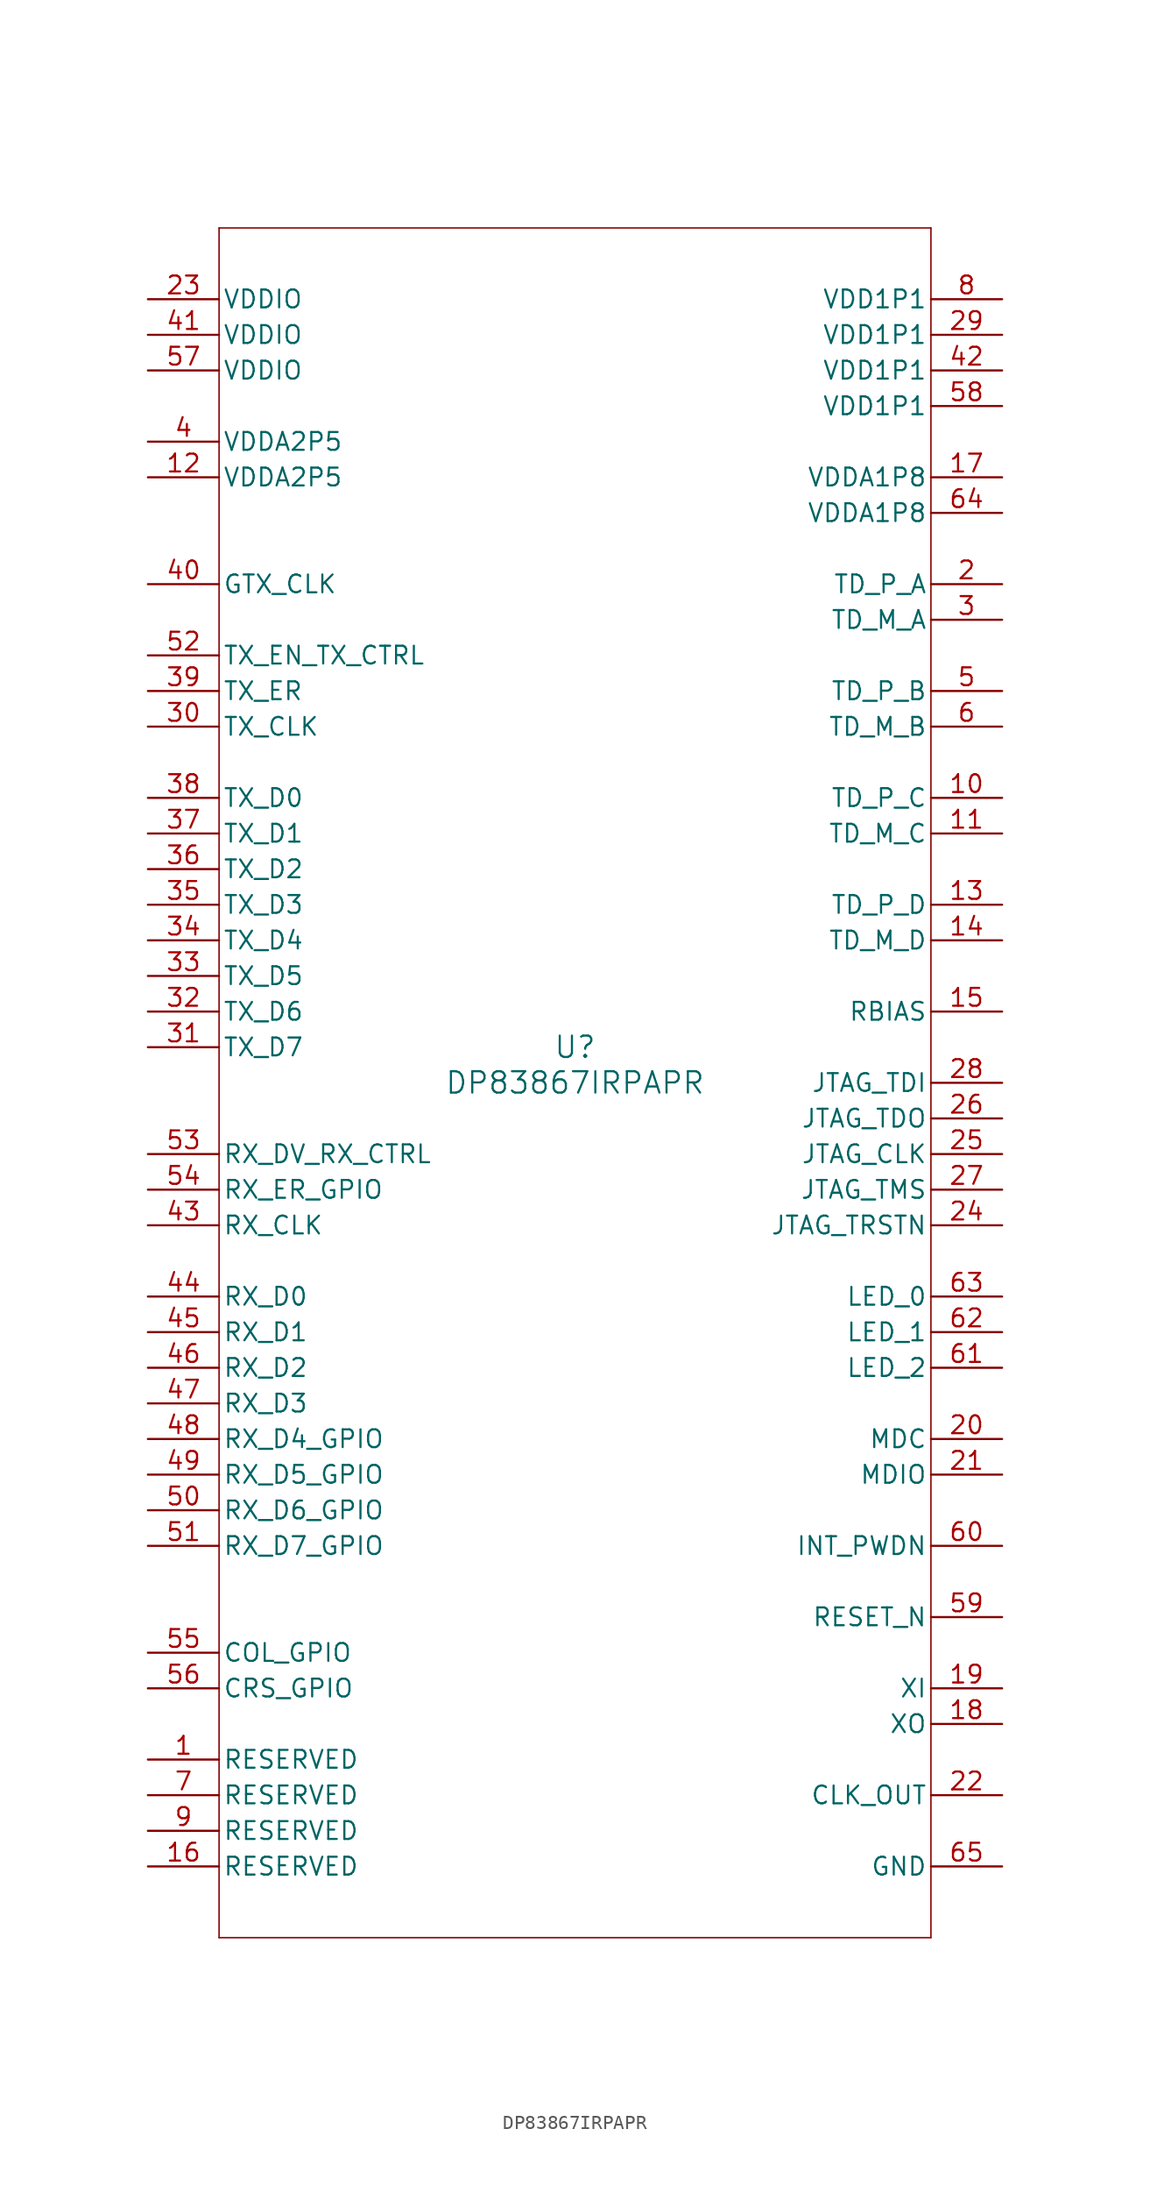
<source format=kicad_sym>
(kicad_symbol_lib
  (version 20211014)
  (generator kicad_symbol_editor)
  (symbol "DP83867IRPAPR"
    (pin_names
      (offset 0.254))
    (property "Reference" "U"
      (at 0 2.54 0)
      (effects (font (size 1.524 1.524))))
    (property "Value" "DP83867IRPAPR"
      (at 0 0 0)
      (effects (font (size 1.524 1.524))))
    (symbol "DP83867IRPAPR_0_1"
      (polyline (pts (xy -25.4 -60.96) (xy 25.4 -60.96)) (stroke (width 0.102) (type default) (color 0 0 0 0)) (fill (type none)))
      (polyline (pts (xy 25.4 -60.96) (xy 25.4 60.96)) (stroke (width 0.102) (type default) (color 0 0 0 0)) (fill (type none)))
      (polyline (pts (xy 25.4 60.96) (xy -25.4 60.96)) (stroke (width 0.102) (type default) (color 0 0 0 0)) (fill (type none)))
      (polyline (pts (xy -25.4 60.96) (xy -25.4 -60.96)) (stroke (width 0.102) (type default) (color 0 0 0 0)) (fill (type none)))
      (pin unspecified line (at -30.48 -48.26 0) (length 5.08) (name "RESERVED" (effects (font (size 1.27 1.27)))) (number "1" (effects (font (size 1.27 1.27)))))
      (pin bidirectional line (at 30.48 35.56 180) (length 5.08) (name "TD_P_A" (effects (font (size 1.27 1.27)))) (number "2" (effects (font (size 1.27 1.27)))))
      (pin bidirectional line (at 30.48 33.02 180) (length 5.08) (name "TD_M_A" (effects (font (size 1.27 1.27)))) (number "3" (effects (font (size 1.27 1.27)))))
      (pin power_in line (at -30.48 45.72 0) (length 5.08) (name "VDDA2P5" (effects (font (size 1.27 1.27)))) (number "4" (effects (font (size 1.27 1.27)))))
      (pin bidirectional line (at 30.48 27.94 180) (length 5.08) (name "TD_P_B" (effects (font (size 1.27 1.27)))) (number "5" (effects (font (size 1.27 1.27)))))
      (pin bidirectional line (at 30.48 25.4 180) (length 5.08) (name "TD_M_B" (effects (font (size 1.27 1.27)))) (number "6" (effects (font (size 1.27 1.27)))))
      (pin unspecified line (at -30.48 -50.8 0) (length 5.08) (name "RESERVED" (effects (font (size 1.27 1.27)))) (number "7" (effects (font (size 1.27 1.27)))))
      (pin power_in line (at 30.48 55.88 180) (length 5.08) (name "VDD1P1" (effects (font (size 1.27 1.27)))) (number "8" (effects (font (size 1.27 1.27)))))
      (pin unspecified line (at -30.48 -53.34 0) (length 5.08) (name "RESERVED" (effects (font (size 1.27 1.27)))) (number "9" (effects (font (size 1.27 1.27)))))
      (pin bidirectional line (at 30.48 20.32 180) (length 5.08) (name "TD_P_C" (effects (font (size 1.27 1.27)))) (number "10" (effects (font (size 1.27 1.27)))))
      (pin bidirectional line (at 30.48 17.78 180) (length 5.08) (name "TD_M_C" (effects (font (size 1.27 1.27)))) (number "11" (effects (font (size 1.27 1.27)))))
      (pin power_in line (at -30.48 43.18 0) (length 5.08) (name "VDDA2P5" (effects (font (size 1.27 1.27)))) (number "12" (effects (font (size 1.27 1.27)))))
      (pin bidirectional line (at 30.48 12.7 180) (length 5.08) (name "TD_P_D" (effects (font (size 1.27 1.27)))) (number "13" (effects (font (size 1.27 1.27)))))
      (pin bidirectional line (at 30.48 10.16 180) (length 5.08) (name "TD_M_D" (effects (font (size 1.27 1.27)))) (number "14" (effects (font (size 1.27 1.27)))))
      (pin unspecified line (at 30.48 5.08 180) (length 5.08) (name "RBIAS" (effects (font (size 1.27 1.27)))) (number "15" (effects (font (size 1.27 1.27)))))
      (pin unspecified line (at -30.48 -55.88 0) (length 5.08) (name "RESERVED" (effects (font (size 1.27 1.27)))) (number "16" (effects (font (size 1.27 1.27)))))
      (pin power_in line (at 30.48 43.18 180) (length 5.08) (name "VDDA1P8" (effects (font (size 1.27 1.27)))) (number "17" (effects (font (size 1.27 1.27)))))
      (pin unspecified line (at 30.48 -45.72 180) (length 5.08) (name "XO" (effects (font (size 1.27 1.27)))) (number "18" (effects (font (size 1.27 1.27)))))
      (pin unspecified line (at 30.48 -43.18 180) (length 5.08) (name "XI" (effects (font (size 1.27 1.27)))) (number "19" (effects (font (size 1.27 1.27)))))
      (pin input line (at 30.48 -25.4 180) (length 5.08) (name "MDC" (effects (font (size 1.27 1.27)))) (number "20" (effects (font (size 1.27 1.27)))))
      (pin bidirectional line (at 30.48 -27.94 180) (length 5.08) (name "MDIO" (effects (font (size 1.27 1.27)))) (number "21" (effects (font (size 1.27 1.27)))))
      (pin output line (at 30.48 -50.8 180) (length 5.08) (name "CLK_OUT" (effects (font (size 1.27 1.27)))) (number "22" (effects (font (size 1.27 1.27)))))
      (pin power_in line (at -30.48 55.88 0) (length 5.08) (name "VDDIO" (effects (font (size 1.27 1.27)))) (number "23" (effects (font (size 1.27 1.27)))))
      (pin input line (at 30.48 -10.16 180) (length 5.08) (name "JTAG_TRSTN" (effects (font (size 1.27 1.27)))) (number "24" (effects (font (size 1.27 1.27)))))
      (pin input line (at 30.48 -5.08 180) (length 5.08) (name "JTAG_CLK" (effects (font (size 1.27 1.27)))) (number "25" (effects (font (size 1.27 1.27)))))
      (pin output line (at 30.48 -2.54 180) (length 5.08) (name "JTAG_TDO" (effects (font (size 1.27 1.27)))) (number "26" (effects (font (size 1.27 1.27)))))
      (pin input line (at 30.48 -7.62 180) (length 5.08) (name "JTAG_TMS" (effects (font (size 1.27 1.27)))) (number "27" (effects (font (size 1.27 1.27)))))
      (pin input line (at 30.48 0 180) (length 5.08) (name "JTAG_TDI" (effects (font (size 1.27 1.27)))) (number "28" (effects (font (size 1.27 1.27)))))
      (pin power_in line (at 30.48 53.34 180) (length 5.08) (name "VDD1P1" (effects (font (size 1.27 1.27)))) (number "29" (effects (font (size 1.27 1.27)))))
      (pin output line (at -30.48 25.4 0) (length 5.08) (name "TX_CLK" (effects (font (size 1.27 1.27)))) (number "30" (effects (font (size 1.27 1.27)))))
      (pin input line (at -30.48 2.54 0) (length 5.08) (name "TX_D7" (effects (font (size 1.27 1.27)))) (number "31" (effects (font (size 1.27 1.27)))))
      (pin input line (at -30.48 5.08 0) (length 5.08) (name "TX_D6" (effects (font (size 1.27 1.27)))) (number "32" (effects (font (size 1.27 1.27)))))
      (pin input line (at -30.48 7.62 0) (length 5.08) (name "TX_D5" (effects (font (size 1.27 1.27)))) (number "33" (effects (font (size 1.27 1.27)))))
      (pin input line (at -30.48 10.16 0) (length 5.08) (name "TX_D4" (effects (font (size 1.27 1.27)))) (number "34" (effects (font (size 1.27 1.27)))))
      (pin input line (at -30.48 12.7 0) (length 5.08) (name "TX_D3" (effects (font (size 1.27 1.27)))) (number "35" (effects (font (size 1.27 1.27)))))
      (pin input line (at -30.48 15.24 0) (length 5.08) (name "TX_D2" (effects (font (size 1.27 1.27)))) (number "36" (effects (font (size 1.27 1.27)))))
      (pin input line (at -30.48 17.78 0) (length 5.08) (name "TX_D1" (effects (font (size 1.27 1.27)))) (number "37" (effects (font (size 1.27 1.27)))))
      (pin input line (at -30.48 20.32 0) (length 5.08) (name "TX_D0" (effects (font (size 1.27 1.27)))) (number "38" (effects (font (size 1.27 1.27)))))
      (pin input line (at -30.48 27.94 0) (length 5.08) (name "TX_ER" (effects (font (size 1.27 1.27)))) (number "39" (effects (font (size 1.27 1.27)))))
      (pin input line (at -30.48 35.56 0) (length 5.08) (name "GTX_CLK" (effects (font (size 1.27 1.27)))) (number "40" (effects (font (size 1.27 1.27)))))
      (pin power_in line (at -30.48 53.34 0) (length 5.08) (name "VDDIO" (effects (font (size 1.27 1.27)))) (number "41" (effects (font (size 1.27 1.27)))))
      (pin power_in line (at 30.48 50.8 180) (length 5.08) (name "VDD1P1" (effects (font (size 1.27 1.27)))) (number "42" (effects (font (size 1.27 1.27)))))
      (pin output line (at -30.48 -10.16 0) (length 5.08) (name "RX_CLK" (effects (font (size 1.27 1.27)))) (number "43" (effects (font (size 1.27 1.27)))))
      (pin output line (at -30.48 -15.24 0) (length 5.08) (name "RX_D0" (effects (font (size 1.27 1.27)))) (number "44" (effects (font (size 1.27 1.27)))))
      (pin output line (at -30.48 -17.78 0) (length 5.08) (name "RX_D1" (effects (font (size 1.27 1.27)))) (number "45" (effects (font (size 1.27 1.27)))))
      (pin output line (at -30.48 -20.32 0) (length 5.08) (name "RX_D2" (effects (font (size 1.27 1.27)))) (number "46" (effects (font (size 1.27 1.27)))))
      (pin output line (at -30.48 -22.86 0) (length 5.08) (name "RX_D3" (effects (font (size 1.27 1.27)))) (number "47" (effects (font (size 1.27 1.27)))))
      (pin bidirectional line (at -30.48 -25.4 0) (length 5.08) (name "RX_D4_GPIO" (effects (font (size 1.27 1.27)))) (number "48" (effects (font (size 1.27 1.27)))))
      (pin bidirectional line (at -30.48 -27.94 0) (length 5.08) (name "RX_D5_GPIO" (effects (font (size 1.27 1.27)))) (number "49" (effects (font (size 1.27 1.27)))))
      (pin bidirectional line (at -30.48 -30.48 0) (length 5.08) (name "RX_D6_GPIO" (effects (font (size 1.27 1.27)))) (number "50" (effects (font (size 1.27 1.27)))))
      (pin bidirectional line (at -30.48 -33.02 0) (length 5.08) (name "RX_D7_GPIO" (effects (font (size 1.27 1.27)))) (number "51" (effects (font (size 1.27 1.27)))))
      (pin bidirectional line (at -30.48 30.48 0) (length 5.08) (name "TX_EN_TX_CTRL" (effects (font (size 1.27 1.27)))) (number "52" (effects (font (size 1.27 1.27)))))
      (pin bidirectional line (at -30.48 -5.08 0) (length 5.08) (name "RX_DV_RX_CTRL" (effects (font (size 1.27 1.27)))) (number "53" (effects (font (size 1.27 1.27)))))
      (pin bidirectional line (at -30.48 -7.62 0) (length 5.08) (name "RX_ER_GPIO" (effects (font (size 1.27 1.27)))) (number "54" (effects (font (size 1.27 1.27)))))
      (pin output line (at -30.48 -40.64 0) (length 5.08) (name "COL_GPIO" (effects (font (size 1.27 1.27)))) (number "55" (effects (font (size 1.27 1.27)))))
      (pin bidirectional line (at -30.48 -43.18 0) (length 5.08) (name "CRS_GPIO" (effects (font (size 1.27 1.27)))) (number "56" (effects (font (size 1.27 1.27)))))
      (pin power_in line (at -30.48 50.8 0) (length 5.08) (name "VDDIO" (effects (font (size 1.27 1.27)))) (number "57" (effects (font (size 1.27 1.27)))))
      (pin power_in line (at 30.48 48.26 180) (length 5.08) (name "VDD1P1" (effects (font (size 1.27 1.27)))) (number "58" (effects (font (size 1.27 1.27)))))
      (pin input line (at 30.48 -38.1 180) (length 5.08) (name "RESET_N" (effects (font (size 1.27 1.27)))) (number "59" (effects (font (size 1.27 1.27)))))
      (pin bidirectional line (at 30.48 -33.02 180) (length 5.08) (name "INT_PWDN" (effects (font (size 1.27 1.27)))) (number "60" (effects (font (size 1.27 1.27)))))
      (pin bidirectional line (at 30.48 -20.32 180) (length 5.08) (name "LED_2" (effects (font (size 1.27 1.27)))) (number "61" (effects (font (size 1.27 1.27)))))
      (pin bidirectional line (at 30.48 -17.78 180) (length 5.08) (name "LED_1" (effects (font (size 1.27 1.27)))) (number "62" (effects (font (size 1.27 1.27)))))
      (pin bidirectional line (at 30.48 -15.24 180) (length 5.08) (name "LED_0" (effects (font (size 1.27 1.27)))) (number "63" (effects (font (size 1.27 1.27)))))
      (pin power_in line (at 30.48 40.64 180) (length 5.08) (name "VDDA1P8" (effects (font (size 1.27 1.27)))) (number "64" (effects (font (size 1.27 1.27)))))
      (pin power_in line (at 30.48 -55.88 180) (length 5.08) (name "GND" (effects (font (size 1.27 1.27)))) (number "65" (effects (font (size 1.27 1.27))))))))
</source>
